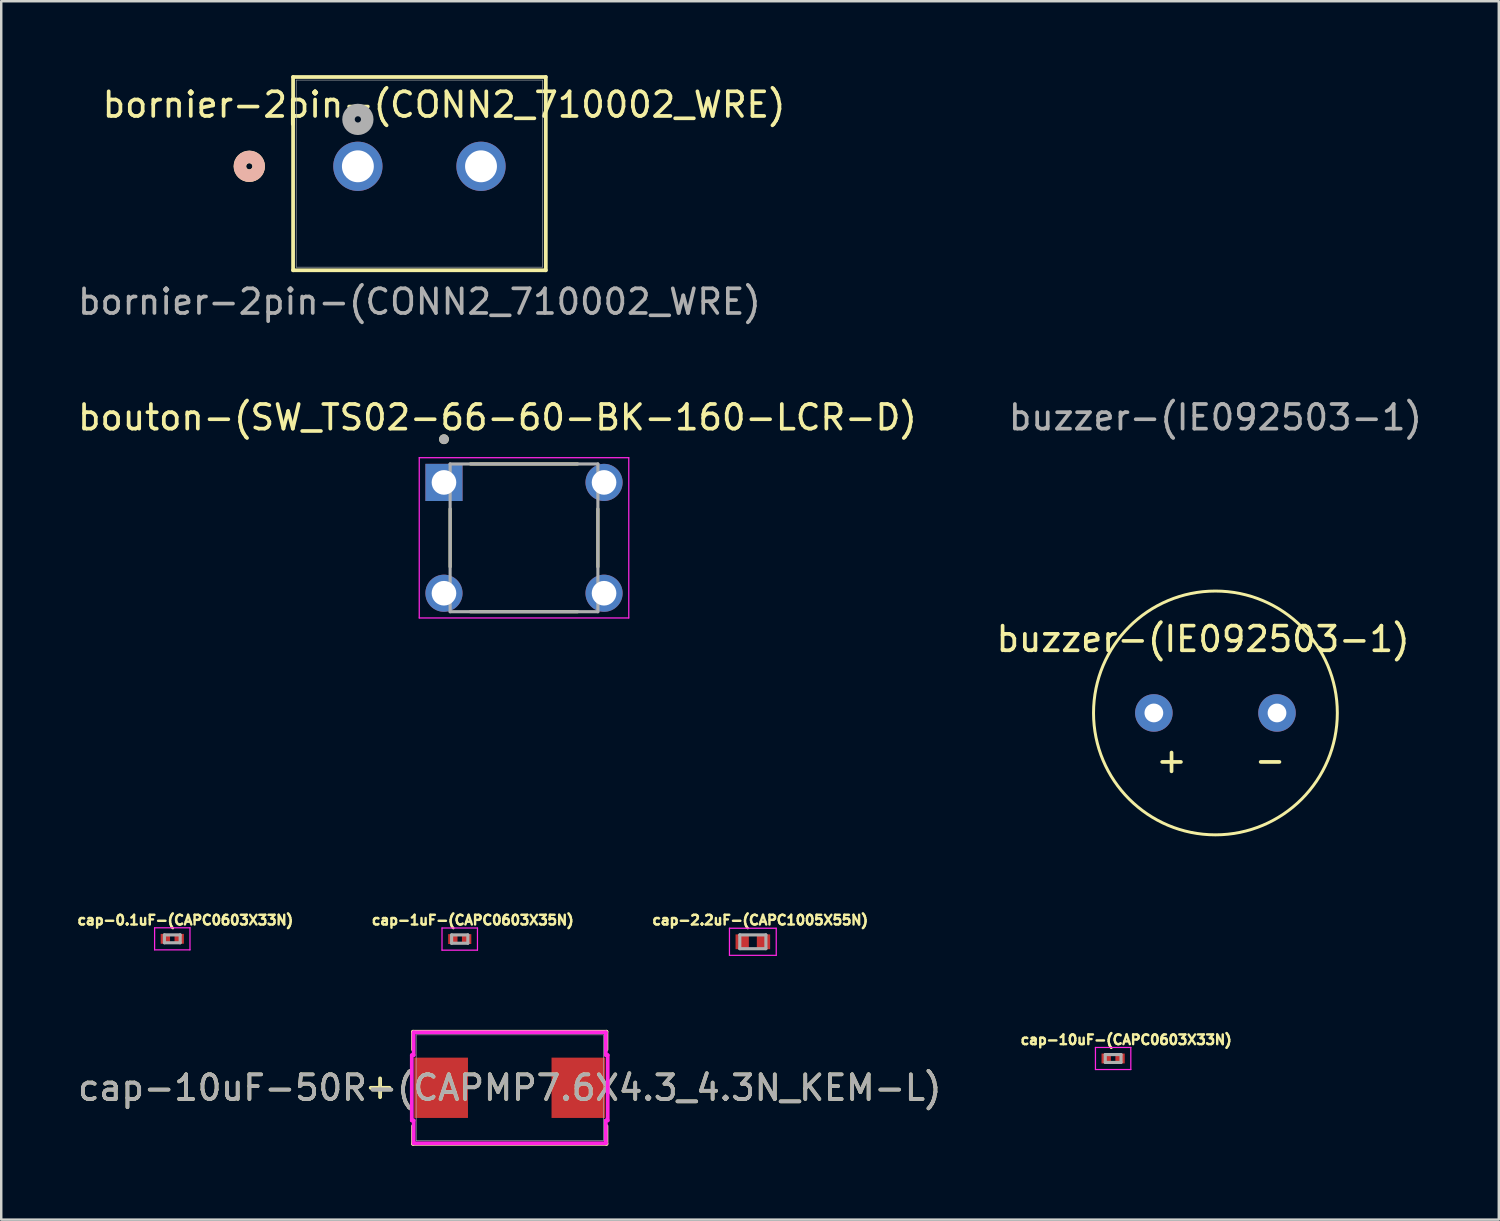
<source format=kicad_pcb>
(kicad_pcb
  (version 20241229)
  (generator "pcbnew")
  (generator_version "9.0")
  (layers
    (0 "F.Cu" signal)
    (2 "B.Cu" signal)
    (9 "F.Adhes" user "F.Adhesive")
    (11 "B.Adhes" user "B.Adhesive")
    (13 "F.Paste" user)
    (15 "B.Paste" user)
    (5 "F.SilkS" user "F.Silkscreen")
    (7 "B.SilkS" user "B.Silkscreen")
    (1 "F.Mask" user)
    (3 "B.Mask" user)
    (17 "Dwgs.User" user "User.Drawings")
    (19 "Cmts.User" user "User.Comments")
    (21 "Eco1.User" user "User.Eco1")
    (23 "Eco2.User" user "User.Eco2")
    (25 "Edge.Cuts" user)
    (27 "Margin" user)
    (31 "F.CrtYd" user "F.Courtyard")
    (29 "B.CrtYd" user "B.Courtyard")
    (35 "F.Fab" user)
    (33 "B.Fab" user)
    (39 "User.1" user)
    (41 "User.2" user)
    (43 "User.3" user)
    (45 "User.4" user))
  (footprint "cap-1uF-(CAPC0603X35N)"
    (layer "F.Cu")
    (at 15.618 35.082)
    (property "Reference" "cap-1uF-(CAPC0603X35N)" (at 0.53 -0.77 0) (layer "F.SilkS") (effects (font (size 0.394 0.394) (thickness 0.15))))
    (attr smd)
    (fp_line (start -0.72 -0.45) (end 0.72 -0.45) (stroke (width 0.05) (type solid)) (layer "F.CrtYd"))
    (fp_line (start -0.72 0.45) (end -0.72 -0.45) (stroke (width 0.05) (type solid)) (layer "F.CrtYd"))
    (fp_line (start -0.72 0.45) (end 0.72 0.45) (stroke (width 0.05) (type solid)) (layer "F.CrtYd"))
    (fp_line (start 0.72 0.45) (end 0.72 -0.45) (stroke (width 0.05) (type solid)) (layer "F.CrtYd"))
    (fp_line (start -0.33 0.17) (end -0.33 -0.17) (stroke (width 0.127) (type solid)) (layer "F.Fab"))
    (fp_line (start 0.33 -0.17) (end -0.33 -0.17) (stroke (width 0.127) (type solid)) (layer "F.Fab"))
    (fp_line (start 0.33 0.17) (end -0.33 0.17) (stroke (width 0.127) (type solid)) (layer "F.Fab"))
    (fp_line (start 0.33 0.17) (end 0.33 -0.17) (stroke (width 0.127) (type solid)) (layer "F.Fab"))
    (pad "1" smd rect (at -0.28 0) (size 0.38 0.4) (layers "F.Cu" "F.Mask" "F.Paste"))
    (pad "2" smd rect (at 0.28 0) (size 0.38 0.4) (layers "F.Cu" "F.Mask" "F.Paste")))
  (footprint "cap-2.2uF-(CAPC1005X55N)"
    (layer "F.Cu")
    (at 27.52 35.192)
    (property "Reference" "cap-2.2uF-(CAPC1005X55N)" (at 0.3 -0.88 0) (layer "F.SilkS") (effects (font (size 0.394 0.394) (thickness 0.15))))
    (attr smd)
    (fp_line (start -0.95 -0.55) (end 0.95 -0.55) (stroke (width 0.05) (type solid)) (layer "F.CrtYd"))
    (fp_line (start -0.95 0.55) (end -0.95 -0.55) (stroke (width 0.05) (type solid)) (layer "F.CrtYd"))
    (fp_line (start -0.95 0.55) (end 0.95 0.55) (stroke (width 0.05) (type solid)) (layer "F.CrtYd"))
    (fp_line (start 0.95 0.55) (end 0.95 -0.55) (stroke (width 0.05) (type solid)) (layer "F.CrtYd"))
    (fp_line (start -0.53 0.28) (end -0.53 -0.28) (stroke (width 0.127) (type solid)) (layer "F.Fab"))
    (fp_line (start 0.53 -0.28) (end -0.53 -0.28) (stroke (width 0.127) (type solid)) (layer "F.Fab"))
    (fp_line (start 0.53 0.28) (end -0.53 0.28) (stroke (width 0.127) (type solid)) (layer "F.Fab"))
    (fp_line (start 0.53 0.28) (end 0.53 -0.28) (stroke (width 0.127) (type solid)) (layer "F.Fab"))
    (pad "1" smd rect (at -0.432 0) (size 0.54 0.6) (layers "F.Cu" "F.Mask" "F.Paste"))
    (pad "2" smd rect (at 0.432 0) (size 0.54 0.6) (layers "F.Cu" "F.Mask" "F.Paste")))
  (footprint "cap-10uF-50R-(CAPMP7.6X4.3_4.3N_KEM-L)"
    (layer "F.Cu")
    (at 17.649 41.121)
    (property "Reference" "cap-10uF-50R-(CAPMP7.6X4.3_4.3N_KEM-L)" (at 0 0 0) (unlocked yes) (layer "F.SilkS") (effects (font (size 1 1) (thickness 0.15))))
    (attr smd)
    (fp_line (start -5.265 -0.381) (end -5.265 0.381) (stroke (width 0.152) (type solid)) (layer "F.SilkS"))
    (fp_line (start -4.884 0) (end -5.646 0) (stroke (width 0.152) (type solid)) (layer "F.SilkS"))
    (fp_line (start -3.927 -2.277) (end -3.927 -1.553) (stroke (width 0.152) (type solid)) (layer "F.SilkS"))
    (fp_line (start -3.927 1.553) (end -3.927 2.277) (stroke (width 0.152) (type solid)) (layer "F.SilkS"))
    (fp_line (start -3.927 2.277) (end 3.927 2.277) (stroke (width 0.152) (type solid)) (layer "F.SilkS"))
    (fp_line (start 3.927 -2.277) (end -3.927 -2.277) (stroke (width 0.152) (type solid)) (layer "F.SilkS"))
    (fp_line (start 3.927 -1.553) (end 3.927 -2.277) (stroke (width 0.152) (type solid)) (layer "F.SilkS"))
    (fp_line (start 3.927 2.277) (end 3.927 1.553) (stroke (width 0.152) (type solid)) (layer "F.SilkS"))
    (fp_line (start -3.978 -1.326) (end -3.902 -1.326) (stroke (width 0.152) (type solid)) (layer "F.CrtYd"))
    (fp_line (start -3.978 1.326) (end -3.978 -1.326) (stroke (width 0.152) (type solid)) (layer "F.CrtYd"))
    (fp_line (start -3.902 -2.252) (end 3.902 -2.252) (stroke (width 0.152) (type solid)) (layer "F.CrtYd"))
    (fp_line (start -3.902 -1.326) (end -3.902 -2.252) (stroke (width 0.152) (type solid)) (layer "F.CrtYd"))
    (fp_line (start -3.902 1.326) (end -3.978 1.326) (stroke (width 0.152) (type solid)) (layer "F.CrtYd"))
    (fp_line (start -3.902 2.252) (end -3.902 1.326) (stroke (width 0.152) (type solid)) (layer "F.CrtYd"))
    (fp_line (start 3.902 -2.252) (end 3.902 -1.326) (stroke (width 0.152) (type solid)) (layer "F.CrtYd"))
    (fp_line (start 3.902 -1.326) (end 3.978 -1.326) (stroke (width 0.152) (type solid)) (layer "F.CrtYd"))
    (fp_line (start 3.902 1.326) (end 3.902 2.252) (stroke (width 0.152) (type solid)) (layer "F.CrtYd"))
    (fp_line (start 3.902 2.252) (end -3.902 2.252) (stroke (width 0.152) (type solid)) (layer "F.CrtYd"))
    (fp_line (start 3.978 -1.326) (end 3.978 1.326) (stroke (width 0.152) (type solid)) (layer "F.CrtYd"))
    (fp_line (start 3.978 1.326) (end 3.902 1.326) (stroke (width 0.152) (type solid)) (layer "F.CrtYd"))
    (fp_line (start -5.265 -0.381) (end -5.265 0.381) (stroke (width 0.025) (type solid)) (layer "F.Fab"))
    (fp_line (start -4.884 0) (end -5.646 0) (stroke (width 0.025) (type solid)) (layer "F.Fab"))
    (fp_line (start -3.8 -2.15) (end -3.8 2.15) (stroke (width 0.025) (type solid)) (layer "F.Fab"))
    (fp_line (start -3.8 2.15) (end 3.8 2.15) (stroke (width 0.025) (type solid)) (layer "F.Fab"))
    (fp_line (start 3.8 -2.15) (end -3.8 -2.15) (stroke (width 0.025) (type solid)) (layer "F.Fab"))
    (fp_line (start 3.8 2.15) (end 3.8 -2.15) (stroke (width 0.025) (type solid)) (layer "F.Fab"))
    (fp_text user "${REFERENCE}" (at 0 0 0) (unlocked yes) (layer "F.Fab") (effects (font (size 1 1) (thickness 0.15))))
    (pad "1" smd rect (at -2.786 0 90) (size 2.449 2.179) (layers "F.Cu" "F.Mask" "F.Paste"))
    (pad "2" smd rect (at 2.786 0 90) (size 2.449 2.179) (layers "F.Cu" "F.Mask" "F.Paste"))
    (zone (net_name "") (layer "F.Cu") (hatch full 0.508) (connect_pads) (min_thickness 0.254) (filled_areas_thickness no) (keepout (tracks not_allowed) (vias not_allowed) (pads allowed) (copperpour not_allowed) (footprints allowed)) (placement (enabled no)) (fill) (polygon (pts (xy 13.9 39.021) (xy 21.398 39.021) (xy 21.398 39.82) (xy 13.9 39.82))))
    (zone (net_name "") (layer "F.Cu") (hatch full 0.508) (connect_pads) (min_thickness 0.254) (filled_areas_thickness no) (keepout (tracks not_allowed) (vias not_allowed) (pads allowed) (copperpour not_allowed) (footprints allowed)) (placement (enabled no)) (fill) (polygon (pts (xy 13.9 42.421) (xy 21.398 42.421) (xy 21.398 43.22) (xy 13.9 43.22))))
    (zone (net_name "") (layer "F.Cu") (hatch full 0.508) (connect_pads) (min_thickness 0.254) (filled_areas_thickness no) (keepout (tracks not_allowed) (vias not_allowed) (pads allowed) (copperpour not_allowed) (footprints allowed)) (placement (enabled no)) (fill) (polygon (pts (xy 15.703 39.82) (xy 19.595 39.82) (xy 19.595 42.421) (xy 15.703 42.421)))))
  (footprint "bouton-(SW_TS02-66-60-BK-160-LCR-D)"
    (layer "F.Cu")
    (at 18.228 18.789)
    (property "Reference" "bouton-(SW_TS02-66-60-BK-160-LCR-D)" (at -1.079 -4.889 0) (layer "F.SilkS") (effects (font (size 1 1) (thickness 0.15))))
    (attr through_hole)
    (fp_line (start -3 -1.176) (end -3 1.176) (stroke (width 0.127) (type solid)) (layer "F.SilkS"))
    (fp_line (start -2.176 -3) (end 2.176 -3) (stroke (width 0.127) (type solid)) (layer "F.SilkS"))
    (fp_line (start -2.176 3) (end 2.176 3) (stroke (width 0.127) (type solid)) (layer "F.SilkS"))
    (fp_line (start 3 -1.176) (end 3 1.176) (stroke (width 0.127) (type solid)) (layer "F.SilkS"))
    (fp_circle (center -3.25 -4.004) (end -3.15 -4.004) (stroke (width 0.2) (type solid)) (fill no) (layer "F.SilkS"))
    (fp_line (start -4.254 -3.254) (end -4.254 3.254) (stroke (width 0.05) (type solid)) (layer "F.CrtYd"))
    (fp_line (start -4.254 3.254) (end 4.254 3.254) (stroke (width 0.05) (type solid)) (layer "F.CrtYd"))
    (fp_line (start 4.254 -3.254) (end -4.254 -3.254) (stroke (width 0.05) (type solid)) (layer "F.CrtYd"))
    (fp_line (start 4.254 3.254) (end 4.254 -3.254) (stroke (width 0.05) (type solid)) (layer "F.CrtYd"))
    (fp_line (start -3 -3) (end 3 -3) (stroke (width 0.127) (type solid)) (layer "F.Fab"))
    (fp_line (start -3 3) (end -3 -3) (stroke (width 0.127) (type solid)) (layer "F.Fab"))
    (fp_line (start 3 -3) (end 3 3) (stroke (width 0.127) (type solid)) (layer "F.Fab"))
    (fp_line (start 3 3) (end -3 3) (stroke (width 0.127) (type solid)) (layer "F.Fab"))
    (fp_circle (center -3.25 -4.004) (end -3.15 -4.004) (stroke (width 0.2) (type solid)) (fill no) (layer "F.Fab"))
    (pad "1" thru_hole rect (at -3.25 -2.25) (size 1.508 1.508) (drill 1) (layers "*.Cu" "*.Mask"))
    (pad "2" thru_hole circle (at 3.25 -2.25) (size 1.508 1.508) (drill 1) (layers "*.Cu" "*.Mask"))
    (pad "3" thru_hole circle (at -3.25 2.25) (size 1.508 1.508) (drill 1) (layers "*.Cu" "*.Mask"))
    (pad "4" thru_hole circle (at 3.25 2.25) (size 1.508 1.508) (drill 1) (layers "*.Cu" "*.Mask")))
  (footprint "cap-0.1uF-(CAPC0603X33N)"
    (layer "F.Cu")
    (at 3.946 35.072)
    (property "Reference" "cap-0.1uF-(CAPC0603X33N)" (at 0.53 -0.76 0) (layer "F.SilkS") (effects (font (size 0.394 0.394) (thickness 0.15))))
    (attr smd)
    (fp_line (start -0.718 -0.448) (end 0.718 -0.448) (stroke (width 0.05) (type solid)) (layer "F.CrtYd"))
    (fp_line (start -0.718 0.448) (end -0.718 -0.448) (stroke (width 0.05) (type solid)) (layer "F.CrtYd"))
    (fp_line (start -0.718 0.448) (end 0.718 0.448) (stroke (width 0.05) (type solid)) (layer "F.CrtYd"))
    (fp_line (start 0.718 0.448) (end 0.718 -0.448) (stroke (width 0.05) (type solid)) (layer "F.CrtYd"))
    (fp_line (start -0.32 0.16) (end -0.32 -0.16) (stroke (width 0.127) (type solid)) (layer "F.Fab"))
    (fp_line (start 0.32 -0.16) (end -0.32 -0.16) (stroke (width 0.127) (type solid)) (layer "F.Fab"))
    (fp_line (start 0.32 0.16) (end -0.32 0.16) (stroke (width 0.127) (type solid)) (layer "F.Fab"))
    (fp_line (start 0.32 0.16) (end 0.32 -0.16) (stroke (width 0.127) (type solid)) (layer "F.Fab"))
    (pad "1" smd rect (at -0.281 0) (size 0.38 0.4) (layers "F.Cu" "F.Mask" "F.Paste"))
    (pad "2" smd rect (at 0.281 0) (size 0.38 0.4) (layers "F.Cu" "F.Mask" "F.Paste")))
  (footprint "buzzer-(IE092503-1)"
    (layer "F.Cu")
    (at 46.304 19.9)
    (property "Reference" "buzzer-(IE092503-1)" (at -0.5 3 0) (unlocked yes) (layer "F.SilkS") (effects (font (size 1 1) (thickness 0.15))))
    (attr through_hole)
    (fp_circle (center 0 6) (end 3.5 9.5) (stroke (width 0.12) (type default)) (fill no) (layer "F.SilkS"))
    (fp_text user "+" (at -2.5 8.5 0) (unlocked yes) (layer "F.SilkS") (effects (font (size 1 1) (thickness 0.15)) (justify left bottom)))
    (fp_text user "-" (at 1.5 8.5 0) (unlocked yes) (layer "F.SilkS") (effects (font (size 1 1) (thickness 0.15)) (justify left bottom)))
    (fp_text user "${REFERENCE}" (at 0 -6 0) (unlocked yes) (layer "F.Fab") (effects (font (size 1 1) (thickness 0.15))))
    (pad "0" thru_hole circle (at 2.5 6) (size 1.524 1.524) (drill 0.762) (layers "*.Cu" "*.Mask"))
    (pad "1" thru_hole circle (at -2.5 6) (size 1.524 1.524) (drill 0.762) (layers "*.Cu" "*.Mask")))
  (footprint "bornier-2pin-(CONN2_710002_WRE)"
    (layer "F.Cu")
    (at 11.482 3.703)
    (property "Reference" "bornier-2pin-(CONN2_710002_WRE)" (at 3.5 -2.5 0) (unlocked yes) (layer "F.SilkS") (effects (font (size 1 1) (thickness 0.15))))
    (attr through_hole)
    (fp_line (start -2.631 -3.627) (end -2.631 4.222) (stroke (width 0.152) (type solid)) (layer "F.SilkS"))
    (fp_line (start -2.631 4.222) (end 7.631 4.222) (stroke (width 0.152) (type solid)) (layer "F.SilkS"))
    (fp_line (start 7.631 -3.627) (end -2.631 -3.627) (stroke (width 0.152) (type solid)) (layer "F.SilkS"))
    (fp_line (start 7.631 4.222) (end 7.631 -3.627) (stroke (width 0.152) (type solid)) (layer "F.SilkS"))
    (fp_circle (center -4.409 0) (end -4.028 0) (stroke (width 0.508) (type solid)) (fill no) (layer "F.SilkS"))
    (fp_circle (center -4.409 0) (end -4.028 0) (stroke (width 0.508) (type solid)) (fill no) (layer "B.SilkS"))
    (fp_line (start -2.504 -3.5) (end -2.504 4.095) (stroke (width 0.025) (type solid)) (layer "F.Fab"))
    (fp_line (start -2.504 4.095) (end 7.504 4.095) (stroke (width 0.025) (type solid)) (layer "F.Fab"))
    (fp_line (start 7.504 -3.5) (end -2.504 -3.5) (stroke (width 0.025) (type solid)) (layer "F.Fab"))
    (fp_line (start 7.504 4.095) (end 7.504 -3.5) (stroke (width 0.025) (type solid)) (layer "F.Fab"))
    (fp_circle (center 0 -1.905) (end 0.381 -1.905) (stroke (width 0.508) (type solid)) (fill no) (layer "F.Fab"))
    (fp_text user "${REFERENCE}" (at 2.5 5.5 0) (unlocked yes) (layer "F.Fab") (effects (font (size 1 1) (thickness 0.15))))
    (pad "1" thru_hole circle (at 0 0) (size 2 2) (drill 1.295) (layers "*.Cu" "*.Mask"))
    (pad "2" thru_hole circle (at 5 0) (size 2 2) (drill 1.295) (layers "*.Cu" "*.Mask")))
  (footprint "cap-10uF-(CAPC0603X33N)"
    (layer "F.Cu")
    (at 42.15 39.931)
    (property "Reference" "cap-10uF-(CAPC0603X33N)" (at 0.53 -0.76 0) (layer "F.SilkS") (effects (font (size 0.394 0.394) (thickness 0.15))))
    (attr smd)
    (fp_line (start -0.718 -0.448) (end 0.718 -0.448) (stroke (width 0.05) (type solid)) (layer "F.CrtYd"))
    (fp_line (start -0.718 0.448) (end -0.718 -0.448) (stroke (width 0.05) (type solid)) (layer "F.CrtYd"))
    (fp_line (start -0.718 0.448) (end 0.718 0.448) (stroke (width 0.05) (type solid)) (layer "F.CrtYd"))
    (fp_line (start 0.718 0.448) (end 0.718 -0.448) (stroke (width 0.05) (type solid)) (layer "F.CrtYd"))
    (fp_line (start -0.32 0.16) (end -0.32 -0.16) (stroke (width 0.127) (type solid)) (layer "F.Fab"))
    (fp_line (start 0.32 -0.16) (end -0.32 -0.16) (stroke (width 0.127) (type solid)) (layer "F.Fab"))
    (fp_line (start 0.32 0.16) (end -0.32 0.16) (stroke (width 0.127) (type solid)) (layer "F.Fab"))
    (fp_line (start 0.32 0.16) (end 0.32 -0.16) (stroke (width 0.127) (type solid)) (layer "F.Fab"))
    (pad "1" smd rect (at -0.281 0) (size 0.38 0.4) (layers "F.Cu" "F.Mask" "F.Paste"))
    (pad "2" smd rect (at 0.281 0) (size 0.38 0.4) (layers "F.Cu" "F.Mask" "F.Paste")))
  (gr_rect
    (start -3 -3)
    (end 57.81 46.474)
    (stroke (width 0.1) (type default))
    (fill no)
    (layer "Edge.Cuts")))
</source>
